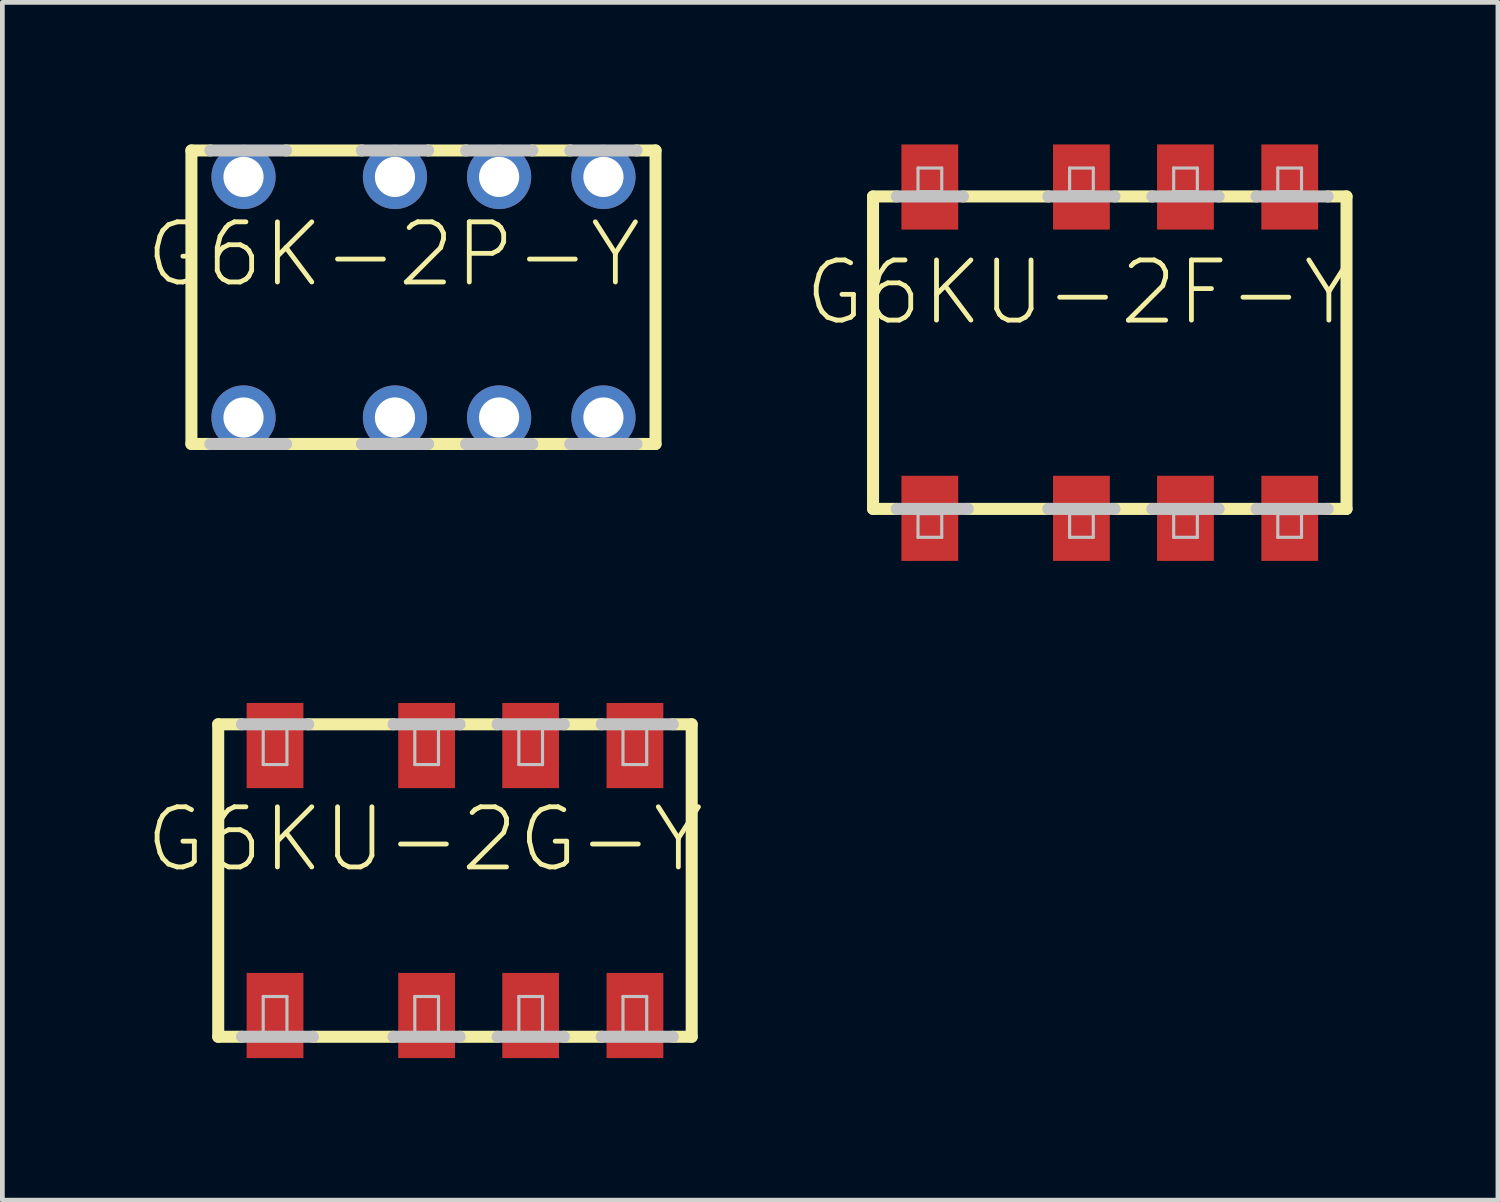
<source format=kicad_pcb>
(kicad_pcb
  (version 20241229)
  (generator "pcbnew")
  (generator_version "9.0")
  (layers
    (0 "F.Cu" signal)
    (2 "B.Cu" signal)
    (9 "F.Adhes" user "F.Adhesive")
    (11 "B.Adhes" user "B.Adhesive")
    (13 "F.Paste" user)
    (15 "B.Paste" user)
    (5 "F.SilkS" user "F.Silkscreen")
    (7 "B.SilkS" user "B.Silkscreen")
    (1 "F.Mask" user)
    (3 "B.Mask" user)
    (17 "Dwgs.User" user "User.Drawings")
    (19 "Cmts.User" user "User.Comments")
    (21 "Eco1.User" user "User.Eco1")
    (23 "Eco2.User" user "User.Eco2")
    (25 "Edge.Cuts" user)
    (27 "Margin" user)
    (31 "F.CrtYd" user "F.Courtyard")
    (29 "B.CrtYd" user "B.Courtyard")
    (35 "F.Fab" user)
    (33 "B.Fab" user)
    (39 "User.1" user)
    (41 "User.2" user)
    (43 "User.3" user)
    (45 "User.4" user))
  (footprint "G6KU-2G-Y"
    (layer "F.Cu")
    (at 6.557 15.543)
    (property "Reference" "G6KU-2G-Y" (at -0.635 -0.869 0) (layer "F.SilkS") (effects (font (size 1.27 1.27) (thickness 0.102))))
    (attr smd)
    (fp_line (start -4.999 -3.299) (end -4.498 -3.299) (stroke (width 0.254) (type solid)) (layer "F.SilkS"))
    (fp_line (start -4.999 3.299) (end -4.999 -3.299) (stroke (width 0.254) (type solid)) (layer "F.SilkS"))
    (fp_line (start -4.999 3.299) (end -4.498 3.299) (stroke (width 0.254) (type solid)) (layer "F.SilkS"))
    (fp_line (start -3.099 -3.299) (end -1.298 -3.299) (stroke (width 0.254) (type solid)) (layer "F.SilkS"))
    (fp_line (start -1.298 3.299) (end -3 3.299) (stroke (width 0.254) (type solid)) (layer "F.SilkS"))
    (fp_line (start 0.099 -3.299) (end 0.899 -3.299) (stroke (width 0.254) (type solid)) (layer "F.SilkS"))
    (fp_line (start 0.899 3.299) (end 0.099 3.299) (stroke (width 0.254) (type solid)) (layer "F.SilkS"))
    (fp_line (start 2.299 -3.299) (end 3.099 -3.299) (stroke (width 0.254) (type solid)) (layer "F.SilkS"))
    (fp_line (start 3.099 3.299) (end 2.299 3.299) (stroke (width 0.254) (type solid)) (layer "F.SilkS"))
    (fp_line (start 4.999 -3.299) (end 4.6 -3.299) (stroke (width 0.254) (type solid)) (layer "F.SilkS"))
    (fp_line (start 4.999 -3.299) (end 4.999 3.299) (stroke (width 0.254) (type solid)) (layer "F.SilkS"))
    (fp_line (start 4.999 3.299) (end 4.6 3.299) (stroke (width 0.254) (type solid)) (layer "F.SilkS"))
    (fp_line (start -4.498 -3.299) (end -3.099 -3.299) (stroke (width 0.254) (type solid)) (layer "Dwgs.User"))
    (fp_line (start -4.049 -3.249) (end -3.548 -3.249) (stroke (width 0.066) (type solid)) (layer "Dwgs.User"))
    (fp_line (start -4.049 -2.449) (end -4.049 -3.249) (stroke (width 0.066) (type solid)) (layer "Dwgs.User"))
    (fp_line (start -4.049 -2.449) (end -3.548 -2.449) (stroke (width 0.066) (type solid)) (layer "Dwgs.User"))
    (fp_line (start -4.049 2.449) (end -3.548 2.449) (stroke (width 0.066) (type solid)) (layer "Dwgs.User"))
    (fp_line (start -4.049 3.249) (end -4.049 2.449) (stroke (width 0.066) (type solid)) (layer "Dwgs.User"))
    (fp_line (start -4.049 3.249) (end -3.548 3.249) (stroke (width 0.066) (type solid)) (layer "Dwgs.User"))
    (fp_line (start -3.548 -2.449) (end -3.548 -3.249) (stroke (width 0.066) (type solid)) (layer "Dwgs.User"))
    (fp_line (start -3.548 3.249) (end -3.548 2.449) (stroke (width 0.066) (type solid)) (layer "Dwgs.User"))
    (fp_line (start -3 3.299) (end -4.498 3.299) (stroke (width 0.254) (type solid)) (layer "Dwgs.User"))
    (fp_line (start -1.298 -3.299) (end 0.099 -3.299) (stroke (width 0.254) (type solid)) (layer "Dwgs.User"))
    (fp_line (start -0.848 -3.249) (end -0.348 -3.249) (stroke (width 0.066) (type solid)) (layer "Dwgs.User"))
    (fp_line (start -0.848 -2.449) (end -0.848 -3.249) (stroke (width 0.066) (type solid)) (layer "Dwgs.User"))
    (fp_line (start -0.848 -2.449) (end -0.348 -2.449) (stroke (width 0.066) (type solid)) (layer "Dwgs.User"))
    (fp_line (start -0.848 2.449) (end -0.348 2.449) (stroke (width 0.066) (type solid)) (layer "Dwgs.User"))
    (fp_line (start -0.848 3.249) (end -0.848 2.449) (stroke (width 0.066) (type solid)) (layer "Dwgs.User"))
    (fp_line (start -0.848 3.249) (end -0.348 3.249) (stroke (width 0.066) (type solid)) (layer "Dwgs.User"))
    (fp_line (start -0.348 -2.449) (end -0.348 -3.249) (stroke (width 0.066) (type solid)) (layer "Dwgs.User"))
    (fp_line (start -0.348 3.249) (end -0.348 2.449) (stroke (width 0.066) (type solid)) (layer "Dwgs.User"))
    (fp_line (start 0.099 3.299) (end -1.298 3.299) (stroke (width 0.254) (type solid)) (layer "Dwgs.User"))
    (fp_line (start 0.899 -3.299) (end 2.299 -3.299) (stroke (width 0.254) (type solid)) (layer "Dwgs.User"))
    (fp_line (start 1.349 -3.249) (end 1.849 -3.249) (stroke (width 0.066) (type solid)) (layer "Dwgs.User"))
    (fp_line (start 1.349 -2.449) (end 1.349 -3.249) (stroke (width 0.066) (type solid)) (layer "Dwgs.User"))
    (fp_line (start 1.349 -2.449) (end 1.849 -2.449) (stroke (width 0.066) (type solid)) (layer "Dwgs.User"))
    (fp_line (start 1.349 2.449) (end 1.849 2.449) (stroke (width 0.066) (type solid)) (layer "Dwgs.User"))
    (fp_line (start 1.349 3.249) (end 1.349 2.449) (stroke (width 0.066) (type solid)) (layer "Dwgs.User"))
    (fp_line (start 1.349 3.249) (end 1.849 3.249) (stroke (width 0.066) (type solid)) (layer "Dwgs.User"))
    (fp_line (start 1.849 -2.449) (end 1.849 -3.249) (stroke (width 0.066) (type solid)) (layer "Dwgs.User"))
    (fp_line (start 1.849 3.249) (end 1.849 2.449) (stroke (width 0.066) (type solid)) (layer "Dwgs.User"))
    (fp_line (start 2.299 3.299) (end 0.899 3.299) (stroke (width 0.254) (type solid)) (layer "Dwgs.User"))
    (fp_line (start 3.099 -3.299) (end 4.6 -3.299) (stroke (width 0.254) (type solid)) (layer "Dwgs.User"))
    (fp_line (start 3.548 -3.249) (end 4.049 -3.249) (stroke (width 0.066) (type solid)) (layer "Dwgs.User"))
    (fp_line (start 3.548 -2.449) (end 3.548 -3.249) (stroke (width 0.066) (type solid)) (layer "Dwgs.User"))
    (fp_line (start 3.548 -2.449) (end 4.049 -2.449) (stroke (width 0.066) (type solid)) (layer "Dwgs.User"))
    (fp_line (start 3.548 2.449) (end 4.049 2.449) (stroke (width 0.066) (type solid)) (layer "Dwgs.User"))
    (fp_line (start 3.548 3.249) (end 3.548 2.449) (stroke (width 0.066) (type solid)) (layer "Dwgs.User"))
    (fp_line (start 3.548 3.249) (end 4.049 3.249) (stroke (width 0.066) (type solid)) (layer "Dwgs.User"))
    (fp_line (start 4.049 -2.449) (end 4.049 -3.249) (stroke (width 0.066) (type solid)) (layer "Dwgs.User"))
    (fp_line (start 4.049 3.249) (end 4.049 2.449) (stroke (width 0.066) (type solid)) (layer "Dwgs.User"))
    (fp_line (start 4.6 3.299) (end 3.099 3.299) (stroke (width 0.254) (type solid)) (layer "Dwgs.User"))
    (pad "1" smd rect (at -3.8 2.85) (size 1.199 1.798) (layers "F.Cu" "F.Mask" "F.Paste"))
    (pad "2" smd rect (at -0.599 2.85) (size 1.199 1.798) (layers "F.Cu" "F.Mask" "F.Paste"))
    (pad "3" smd rect (at 1.598 2.85) (size 1.199 1.798) (layers "F.Cu" "F.Mask" "F.Paste"))
    (pad "4" smd rect (at 3.8 2.85) (size 1.199 1.798) (layers "F.Cu" "F.Mask" "F.Paste"))
    (pad "5" smd rect (at 3.8 -2.85) (size 1.199 1.798) (layers "F.Cu" "F.Mask" "F.Paste"))
    (pad "6" smd rect (at 1.598 -2.85) (size 1.199 1.798) (layers "F.Cu" "F.Mask" "F.Paste"))
    (pad "7" smd rect (at -0.599 -2.85) (size 1.199 1.798) (layers "F.Cu" "F.Mask" "F.Paste"))
    (pad "8" smd rect (at -3.8 -2.85) (size 1.199 1.798) (layers "F.Cu" "F.Mask" "F.Paste")))
  (footprint "G6K-2P-Y"
    (layer "F.Cu")
    (at 2.092 3.226)
    (property "Reference" "G6K-2P-Y" (at 3.165 -0.904 0) (layer "F.SilkS") (effects (font (size 1.27 1.27) (thickness 0.102))))
    (attr exclude_from_pos_files exclude_from_bom)
    (fp_line (start -1.1 3.099) (end -1.1 -3.099) (stroke (width 0.254) (type solid)) (layer "F.SilkS"))
    (fp_line (start -0.699 -3.099) (end -1.1 -3.099) (stroke (width 0.254) (type solid)) (layer "F.SilkS"))
    (fp_line (start -0.699 3.099) (end -1.1 3.099) (stroke (width 0.254) (type solid)) (layer "F.SilkS"))
    (fp_line (start 0.899 -3.099) (end 2.499 -3.099) (stroke (width 0.254) (type solid)) (layer "F.SilkS"))
    (fp_line (start 2.499 3.099) (end 0.899 3.099) (stroke (width 0.254) (type solid)) (layer "F.SilkS"))
    (fp_line (start 4.699 -3.099) (end 3.899 -3.099) (stroke (width 0.254) (type solid)) (layer "F.SilkS"))
    (fp_line (start 4.699 3.099) (end 3.899 3.099) (stroke (width 0.254) (type solid)) (layer "F.SilkS"))
    (fp_line (start 6.899 -3.099) (end 6.099 -3.099) (stroke (width 0.254) (type solid)) (layer "F.SilkS"))
    (fp_line (start 6.899 3.099) (end 6.099 3.099) (stroke (width 0.254) (type solid)) (layer "F.SilkS"))
    (fp_line (start 8.7 -3.099) (end 8.298 -3.099) (stroke (width 0.254) (type solid)) (layer "F.SilkS"))
    (fp_line (start 8.7 -3.099) (end 8.7 3.099) (stroke (width 0.254) (type solid)) (layer "F.SilkS"))
    (fp_line (start 8.7 3.099) (end 8.298 3.099) (stroke (width 0.254) (type solid)) (layer "F.SilkS"))
    (fp_line (start -0.699 -3.099) (end 0.899 -3.099) (stroke (width 0.254) (type solid)) (layer "Dwgs.User"))
    (fp_line (start 0.899 3.099) (end -0.699 3.099) (stroke (width 0.254) (type solid)) (layer "Dwgs.User"))
    (fp_line (start 2.499 -3.099) (end 3.899 -3.099) (stroke (width 0.254) (type solid)) (layer "Dwgs.User"))
    (fp_line (start 3.899 3.099) (end 2.499 3.099) (stroke (width 0.254) (type solid)) (layer "Dwgs.User"))
    (fp_line (start 4.699 -3.099) (end 6.099 -3.099) (stroke (width 0.254) (type solid)) (layer "Dwgs.User"))
    (fp_line (start 6.099 3.099) (end 4.699 3.099) (stroke (width 0.254) (type solid)) (layer "Dwgs.User"))
    (fp_line (start 6.899 -3.099) (end 8.298 -3.099) (stroke (width 0.254) (type solid)) (layer "Dwgs.User"))
    (fp_line (start 8.298 3.099) (end 6.899 3.099) (stroke (width 0.254) (type solid)) (layer "Dwgs.User"))
    (pad "1" thru_hole circle (at 0 2.54) (size 1.356 1.356) (drill 0.848) (layers "*.Cu" "*.Paste" "*.Mask"))
    (pad "2" thru_hole circle (at 3.198 2.54) (size 1.356 1.356) (drill 0.848) (layers "*.Cu" "*.Paste" "*.Mask"))
    (pad "3" thru_hole circle (at 5.397 2.54) (size 1.356 1.356) (drill 0.848) (layers "*.Cu" "*.Paste" "*.Mask"))
    (pad "4" thru_hole circle (at 7.6 2.54) (size 1.356 1.356) (drill 0.848) (layers "*.Cu" "*.Paste" "*.Mask"))
    (pad "5" thru_hole circle (at 7.6 -2.54) (size 1.356 1.356) (drill 0.848) (layers "*.Cu" "*.Paste" "*.Mask"))
    (pad "6" thru_hole circle (at 5.397 -2.54) (size 1.356 1.356) (drill 0.848) (layers "*.Cu" "*.Paste" "*.Mask"))
    (pad "7" thru_hole circle (at 3.198 -2.54) (size 1.356 1.356) (drill 0.848) (layers "*.Cu" "*.Paste" "*.Mask"))
    (pad "8" thru_hole circle (at 0 -2.54) (size 1.356 1.356) (drill 0.848) (layers "*.Cu" "*.Paste" "*.Mask")))
  (footprint "G6KU-2F-Y"
    (layer "F.Cu")
    (at 20.384 4.397)
    (property "Reference" "G6KU-2F-Y" (at -0.635 -1.27 0) (layer "F.SilkS") (effects (font (size 1.27 1.27) (thickness 0.102))))
    (attr smd)
    (fp_line (start -4.999 -3.299) (end -4.498 -3.299) (stroke (width 0.254) (type solid)) (layer "F.SilkS"))
    (fp_line (start -4.999 3.299) (end -4.999 -3.299) (stroke (width 0.254) (type solid)) (layer "F.SilkS"))
    (fp_line (start -4.999 3.299) (end -4.498 3.299) (stroke (width 0.254) (type solid)) (layer "F.SilkS"))
    (fp_line (start -3.099 -3.299) (end -1.298 -3.299) (stroke (width 0.254) (type solid)) (layer "F.SilkS"))
    (fp_line (start -1.298 3.299) (end -3 3.299) (stroke (width 0.254) (type solid)) (layer "F.SilkS"))
    (fp_line (start 0.099 -3.299) (end 0.899 -3.299) (stroke (width 0.254) (type solid)) (layer "F.SilkS"))
    (fp_line (start 0.899 3.299) (end 0.099 3.299) (stroke (width 0.254) (type solid)) (layer "F.SilkS"))
    (fp_line (start 2.299 -3.299) (end 3.099 -3.299) (stroke (width 0.254) (type solid)) (layer "F.SilkS"))
    (fp_line (start 3.099 3.299) (end 2.299 3.299) (stroke (width 0.254) (type solid)) (layer "F.SilkS"))
    (fp_line (start 4.999 -3.299) (end 4.6 -3.299) (stroke (width 0.254) (type solid)) (layer "F.SilkS"))
    (fp_line (start 4.999 -3.299) (end 4.999 3.299) (stroke (width 0.254) (type solid)) (layer "F.SilkS"))
    (fp_line (start 4.999 3.299) (end 4.6 3.299) (stroke (width 0.254) (type solid)) (layer "F.SilkS"))
    (fp_line (start -4.498 -3.299) (end -3.099 -3.299) (stroke (width 0.254) (type solid)) (layer "Dwgs.User"))
    (fp_line (start -4.049 -3.899) (end -3.548 -3.899) (stroke (width 0.066) (type solid)) (layer "Dwgs.User"))
    (fp_line (start -4.049 -3.399) (end -4.049 -3.899) (stroke (width 0.066) (type solid)) (layer "Dwgs.User"))
    (fp_line (start -4.049 -3.399) (end -3.548 -3.399) (stroke (width 0.066) (type solid)) (layer "Dwgs.User"))
    (fp_line (start -4.049 3.399) (end -3.548 3.399) (stroke (width 0.066) (type solid)) (layer "Dwgs.User"))
    (fp_line (start -4.049 3.899) (end -4.049 3.399) (stroke (width 0.066) (type solid)) (layer "Dwgs.User"))
    (fp_line (start -4.049 3.899) (end -3.548 3.899) (stroke (width 0.066) (type solid)) (layer "Dwgs.User"))
    (fp_line (start -3.548 -3.399) (end -3.548 -3.899) (stroke (width 0.066) (type solid)) (layer "Dwgs.User"))
    (fp_line (start -3.548 3.899) (end -3.548 3.399) (stroke (width 0.066) (type solid)) (layer "Dwgs.User"))
    (fp_line (start -3 3.299) (end -4.498 3.299) (stroke (width 0.254) (type solid)) (layer "Dwgs.User"))
    (fp_line (start -1.298 -3.299) (end 0.099 -3.299) (stroke (width 0.254) (type solid)) (layer "Dwgs.User"))
    (fp_line (start -0.848 -3.899) (end -0.348 -3.899) (stroke (width 0.066) (type solid)) (layer "Dwgs.User"))
    (fp_line (start -0.848 -3.399) (end -0.848 -3.899) (stroke (width 0.066) (type solid)) (layer "Dwgs.User"))
    (fp_line (start -0.848 -3.399) (end -0.348 -3.399) (stroke (width 0.066) (type solid)) (layer "Dwgs.User"))
    (fp_line (start -0.848 3.399) (end -0.348 3.399) (stroke (width 0.066) (type solid)) (layer "Dwgs.User"))
    (fp_line (start -0.848 3.899) (end -0.848 3.399) (stroke (width 0.066) (type solid)) (layer "Dwgs.User"))
    (fp_line (start -0.848 3.899) (end -0.348 3.899) (stroke (width 0.066) (type solid)) (layer "Dwgs.User"))
    (fp_line (start -0.348 -3.399) (end -0.348 -3.899) (stroke (width 0.066) (type solid)) (layer "Dwgs.User"))
    (fp_line (start -0.348 3.899) (end -0.348 3.399) (stroke (width 0.066) (type solid)) (layer "Dwgs.User"))
    (fp_line (start 0.099 3.299) (end -1.298 3.299) (stroke (width 0.254) (type solid)) (layer "Dwgs.User"))
    (fp_line (start 0.899 -3.299) (end 2.299 -3.299) (stroke (width 0.254) (type solid)) (layer "Dwgs.User"))
    (fp_line (start 1.349 -3.899) (end 1.849 -3.899) (stroke (width 0.066) (type solid)) (layer "Dwgs.User"))
    (fp_line (start 1.349 -3.399) (end 1.349 -3.899) (stroke (width 0.066) (type solid)) (layer "Dwgs.User"))
    (fp_line (start 1.349 -3.399) (end 1.849 -3.399) (stroke (width 0.066) (type solid)) (layer "Dwgs.User"))
    (fp_line (start 1.349 3.399) (end 1.849 3.399) (stroke (width 0.066) (type solid)) (layer "Dwgs.User"))
    (fp_line (start 1.349 3.899) (end 1.349 3.399) (stroke (width 0.066) (type solid)) (layer "Dwgs.User"))
    (fp_line (start 1.349 3.899) (end 1.849 3.899) (stroke (width 0.066) (type solid)) (layer "Dwgs.User"))
    (fp_line (start 1.849 -3.399) (end 1.849 -3.899) (stroke (width 0.066) (type solid)) (layer "Dwgs.User"))
    (fp_line (start 1.849 3.899) (end 1.849 3.399) (stroke (width 0.066) (type solid)) (layer "Dwgs.User"))
    (fp_line (start 2.299 3.299) (end 0.899 3.299) (stroke (width 0.254) (type solid)) (layer "Dwgs.User"))
    (fp_line (start 3.099 -3.299) (end 4.6 -3.299) (stroke (width 0.254) (type solid)) (layer "Dwgs.User"))
    (fp_line (start 3.548 -3.899) (end 4.049 -3.899) (stroke (width 0.066) (type solid)) (layer "Dwgs.User"))
    (fp_line (start 3.548 -3.399) (end 3.548 -3.899) (stroke (width 0.066) (type solid)) (layer "Dwgs.User"))
    (fp_line (start 3.548 -3.399) (end 4.049 -3.399) (stroke (width 0.066) (type solid)) (layer "Dwgs.User"))
    (fp_line (start 3.548 3.399) (end 4.049 3.399) (stroke (width 0.066) (type solid)) (layer "Dwgs.User"))
    (fp_line (start 3.548 3.899) (end 3.548 3.399) (stroke (width 0.066) (type solid)) (layer "Dwgs.User"))
    (fp_line (start 3.548 3.899) (end 4.049 3.899) (stroke (width 0.066) (type solid)) (layer "Dwgs.User"))
    (fp_line (start 4.049 -3.399) (end 4.049 -3.899) (stroke (width 0.066) (type solid)) (layer "Dwgs.User"))
    (fp_line (start 4.049 3.899) (end 4.049 3.399) (stroke (width 0.066) (type solid)) (layer "Dwgs.User"))
    (fp_line (start 4.6 3.299) (end 3.099 3.299) (stroke (width 0.254) (type solid)) (layer "Dwgs.User"))
    (pad "1" smd rect (at -3.8 3.498) (size 1.199 1.798) (layers "F.Cu" "F.Mask" "F.Paste"))
    (pad "2" smd rect (at -0.599 3.498) (size 1.199 1.798) (layers "F.Cu" "F.Mask" "F.Paste"))
    (pad "3" smd rect (at 1.598 3.498) (size 1.199 1.798) (layers "F.Cu" "F.Mask" "F.Paste"))
    (pad "4" smd rect (at 3.8 3.498) (size 1.199 1.798) (layers "F.Cu" "F.Mask" "F.Paste"))
    (pad "5" smd rect (at 3.8 -3.498) (size 1.199 1.798) (layers "F.Cu" "F.Mask" "F.Paste"))
    (pad "6" smd rect (at 1.598 -3.498) (size 1.199 1.798) (layers "F.Cu" "F.Mask" "F.Paste"))
    (pad "7" smd rect (at -0.599 -3.498) (size 1.199 1.798) (layers "F.Cu" "F.Mask" "F.Paste"))
    (pad "8" smd rect (at -3.8 -3.498) (size 1.199 1.798) (layers "F.Cu" "F.Mask" "F.Paste")))
  (gr_rect
    (start -3 -3)
    (end 28.58 22.292)
    (stroke (width 0.1) (type default))
    (fill no)
    (layer "Edge.Cuts")))
</source>
